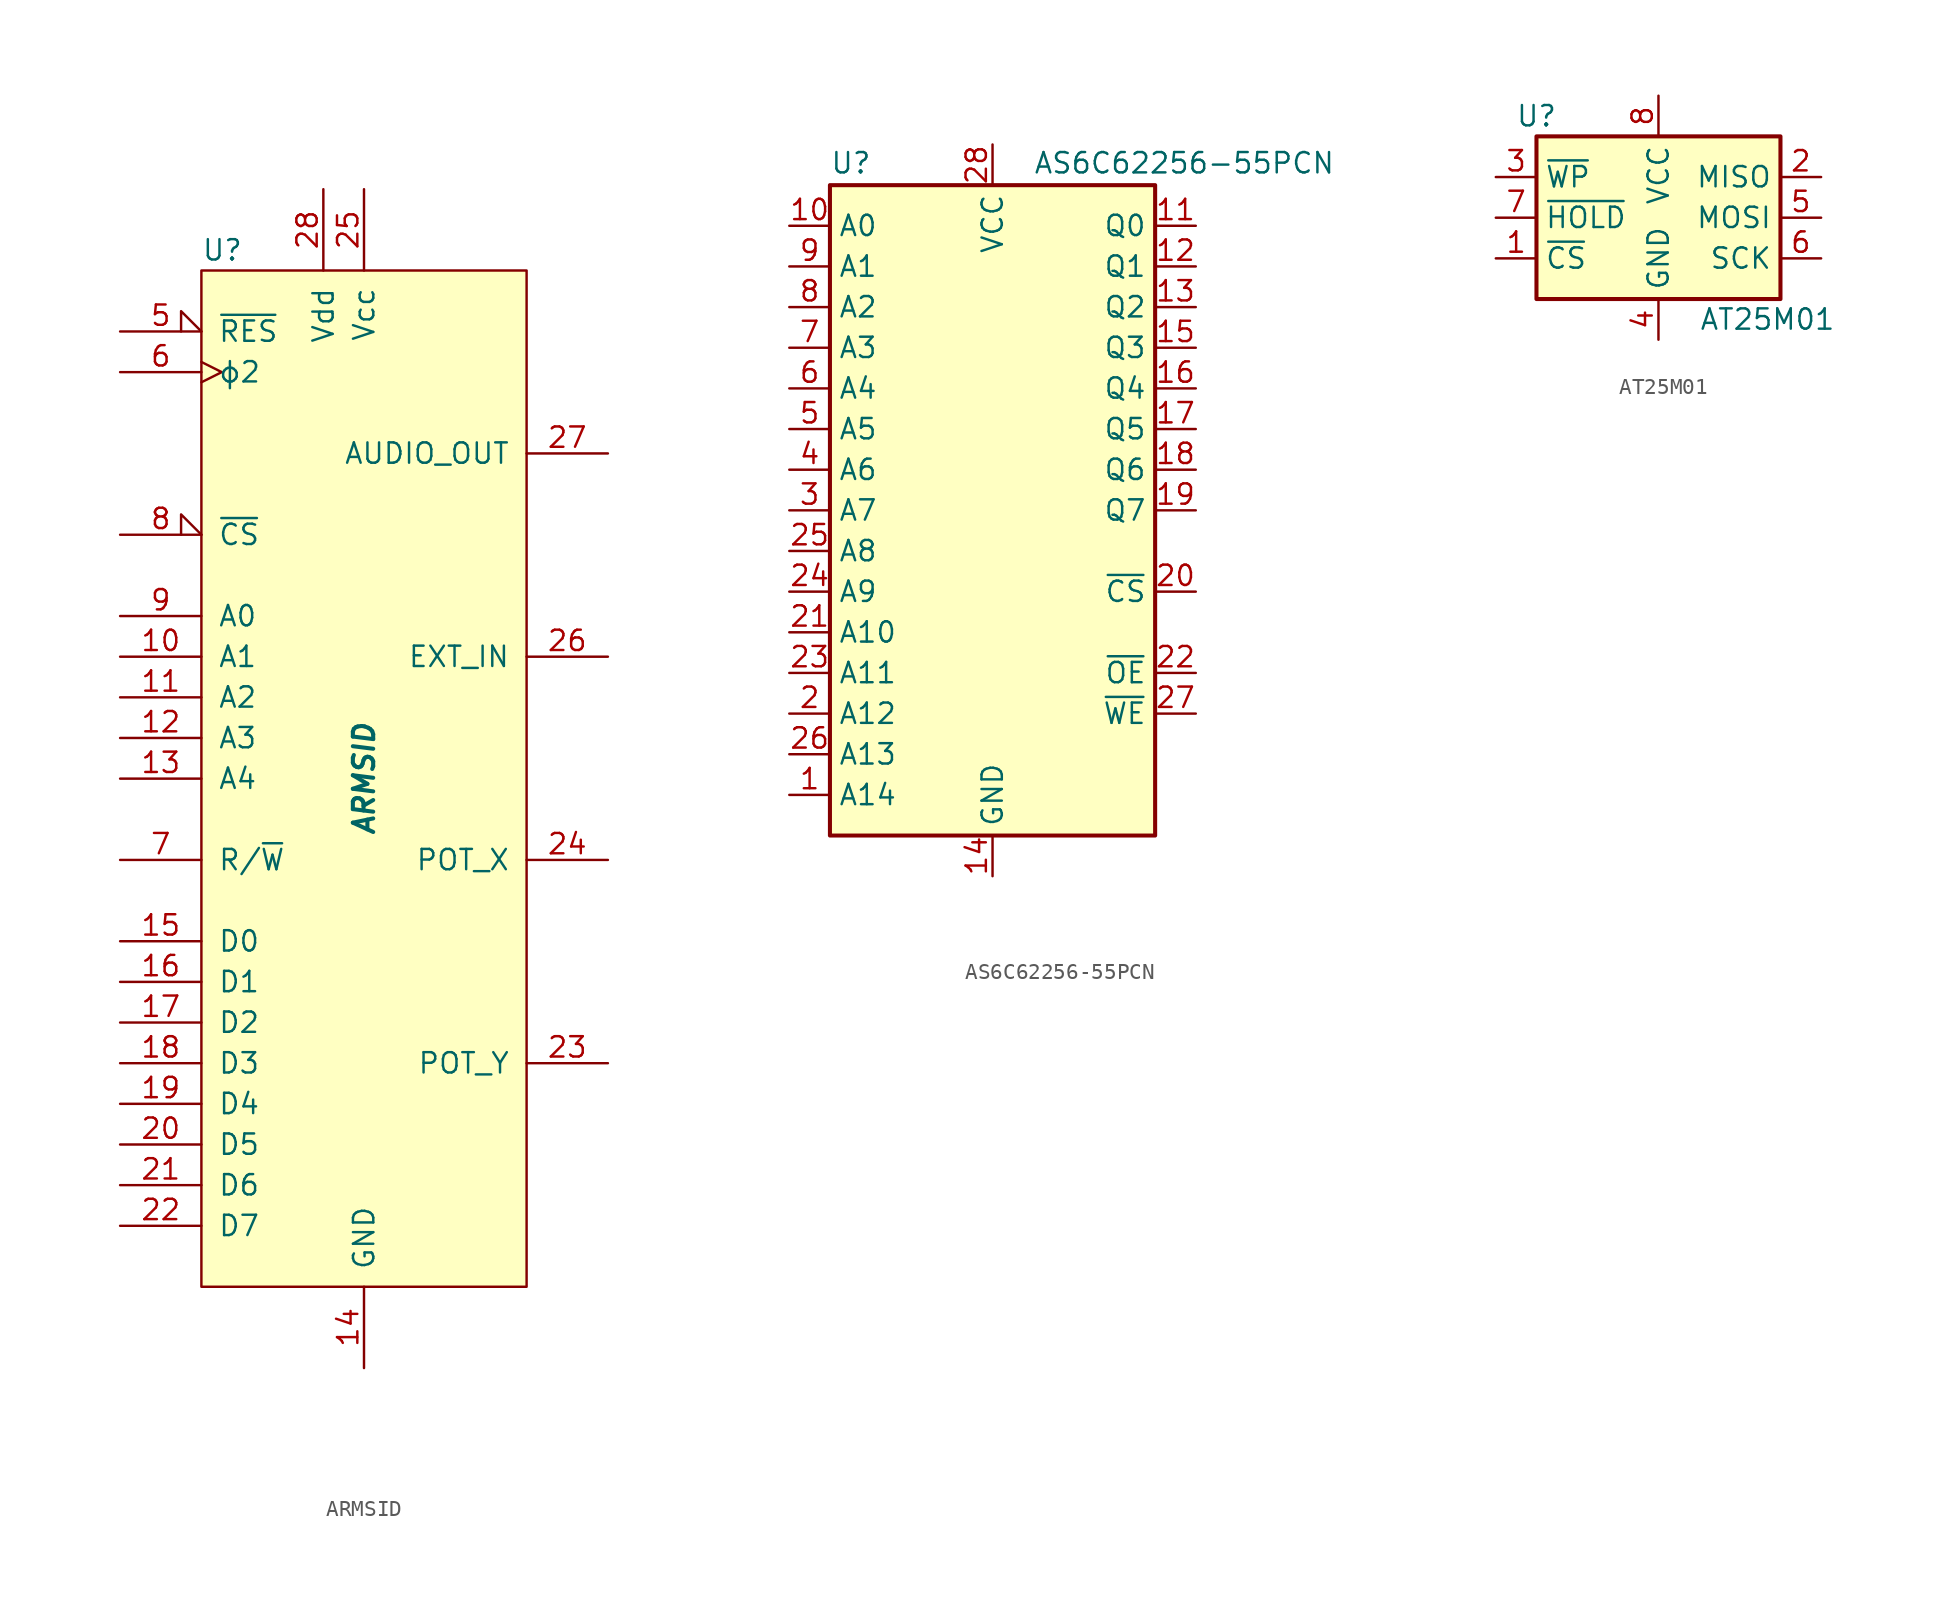
<source format=kicad_sym>
(kicad_symbol_lib
  (version 20220914)
  (generator kicad_symbol_editor)
  (symbol "ARMSID"
    (pin_names
      (offset 1.016))
    (property "Reference" "U"
      (at -10.16 33.02 0)
      (effects (font (size 1.27 1.27)) (justify left)))
    (property "Value" "ARMSID"
      (at 0 0 90)
      (effects (font (size 1.27 1.27) bold italic)))
    (symbol "ARMSID_0_1"
      (rectangle (start -10.16 31.75) (end 10.16 -31.75) (stroke (width 0) (type solid)) (fill (type background))))
    (symbol "ARMSID_1_1"
      (pin input line (at -15.24 7.62 0) (length 5.08) (name "A1" (effects (font (size 1.27 1.27)))) (number "10" (effects (font (size 1.27 1.27)))))
      (pin input line (at -15.24 5.08 0) (length 5.08) (name "A2" (effects (font (size 1.27 1.27)))) (number "11" (effects (font (size 1.27 1.27)))))
      (pin input line (at -15.24 2.54 0) (length 5.08) (name "A3" (effects (font (size 1.27 1.27)))) (number "12" (effects (font (size 1.27 1.27)))))
      (pin input line (at -15.24 0 0) (length 5.08) (name "A4" (effects (font (size 1.27 1.27)))) (number "13" (effects (font (size 1.27 1.27)))))
      (pin power_in line (at 0 -36.83 90) (length 5.08) (name "GND" (effects (font (size 1.27 1.27)))) (number "14" (effects (font (size 1.27 1.27)))))
      (pin bidirectional line (at -15.24 -10.16 0) (length 5.08) (name "D0" (effects (font (size 1.27 1.27)))) (number "15" (effects (font (size 1.27 1.27)))))
      (pin bidirectional line (at -15.24 -12.7 0) (length 5.08) (name "D1" (effects (font (size 1.27 1.27)))) (number "16" (effects (font (size 1.27 1.27)))))
      (pin bidirectional line (at -15.24 -15.24 0) (length 5.08) (name "D2" (effects (font (size 1.27 1.27)))) (number "17" (effects (font (size 1.27 1.27)))))
      (pin bidirectional line (at -15.24 -17.78 0) (length 5.08) (name "D3" (effects (font (size 1.27 1.27)))) (number "18" (effects (font (size 1.27 1.27)))))
      (pin bidirectional line (at -15.24 -20.32 0) (length 5.08) (name "D4" (effects (font (size 1.27 1.27)))) (number "19" (effects (font (size 1.27 1.27)))))
      (pin bidirectional line (at -15.24 -22.86 0) (length 5.08) (name "D5" (effects (font (size 1.27 1.27)))) (number "20" (effects (font (size 1.27 1.27)))))
      (pin bidirectional line (at -15.24 -25.4 0) (length 5.08) (name "D6" (effects (font (size 1.27 1.27)))) (number "21" (effects (font (size 1.27 1.27)))))
      (pin bidirectional line (at -15.24 -27.94 0) (length 5.08) (name "D7" (effects (font (size 1.27 1.27)))) (number "22" (effects (font (size 1.27 1.27)))))
      (pin input line (at 15.24 -17.78 180) (length 5.08) (name "POT_Y" (effects (font (size 1.27 1.27)))) (number "23" (effects (font (size 1.27 1.27)))))
      (pin input line (at 15.24 -5.08 180) (length 5.08) (name "POT_X" (effects (font (size 1.27 1.27)))) (number "24" (effects (font (size 1.27 1.27)))))
      (pin power_in line (at 0 36.83 270) (length 5.08) (name "Vcc" (effects (font (size 1.27 1.27)))) (number "25" (effects (font (size 1.27 1.27)))))
      (pin input line (at 15.24 7.62 180) (length 5.08) (name "EXT_IN" (effects (font (size 1.27 1.27)))) (number "26" (effects (font (size 1.27 1.27)))))
      (pin output line (at 15.24 20.32 180) (length 5.08) (name "AUDIO_OUT" (effects (font (size 1.27 1.27)))) (number "27" (effects (font (size 1.27 1.27)))))
      (pin power_in line (at -2.54 36.83 270) (length 5.08) (name "Vdd" (effects (font (size 1.27 1.27)))) (number "28" (effects (font (size 1.27 1.27)))))
      (pin input input_low (at -15.24 27.94 0) (length 5.08) (name "~{RES}" (effects (font (size 1.27 1.27)))) (number "5" (effects (font (size 1.27 1.27)))))
      (pin input clock (at -15.24 25.4 0) (length 5.08) (name "ϕ2" (effects (font (size 1.27 1.27)))) (number "6" (effects (font (size 1.27 1.27)))))
      (pin input line (at -15.24 -5.08 0) (length 5.08) (name "R/~{W}" (effects (font (size 1.27 1.27)))) (number "7" (effects (font (size 1.27 1.27)))))
      (pin input input_low (at -15.24 15.24 0) (length 5.08) (name "~{CS}" (effects (font (size 1.27 1.27)))) (number "8" (effects (font (size 1.27 1.27)))))
      (pin input line (at -15.24 10.16 0) (length 5.08) (name "A0" (effects (font (size 1.27 1.27)))) (number "9" (effects (font (size 1.27 1.27)))))))
  (symbol "AS6C62256-55PCN"
    (property "Reference" "U"
      (at -10.16 20.955 0)
      (effects (font (size 1.27 1.27)) (justify left bottom)))
    (property "Value" "AS6C62256-55PCN"
      (at 2.54 20.955 0)
      (effects (font (size 1.27 1.27)) (justify left bottom)))
    (symbol "AS6C62256-55PCN_0_0"
      (pin power_in line (at 0 -22.86 90) (length 2.54) (name "GND" (effects (font (size 1.27 1.27)))) (number "14" (effects (font (size 1.27 1.27)))))
      (pin power_in line (at 0 22.86 270) (length 2.54) (name "VCC" (effects (font (size 1.27 1.27)))) (number "28" (effects (font (size 1.27 1.27))))))
    (symbol "AS6C62256-55PCN_0_1"
      (rectangle (start -10.16 20.32) (end 10.16 -20.32) (stroke (width 0.254) (type solid)) (fill (type background))))
    (symbol "AS6C62256-55PCN_1_1"
      (pin input line (at -12.7 -17.78 0) (length 2.54) (name "A14" (effects (font (size 1.27 1.27)))) (number "1" (effects (font (size 1.27 1.27)))))
      (pin input line (at -12.7 17.78 0) (length 2.54) (name "A0" (effects (font (size 1.27 1.27)))) (number "10" (effects (font (size 1.27 1.27)))))
      (pin tri_state line (at 12.7 17.78 180) (length 2.54) (name "Q0" (effects (font (size 1.27 1.27)))) (number "11" (effects (font (size 1.27 1.27)))))
      (pin tri_state line (at 12.7 15.24 180) (length 2.54) (name "Q1" (effects (font (size 1.27 1.27)))) (number "12" (effects (font (size 1.27 1.27)))))
      (pin tri_state line (at 12.7 12.7 180) (length 2.54) (name "Q2" (effects (font (size 1.27 1.27)))) (number "13" (effects (font (size 1.27 1.27)))))
      (pin tri_state line (at 12.7 10.16 180) (length 2.54) (name "Q3" (effects (font (size 1.27 1.27)))) (number "15" (effects (font (size 1.27 1.27)))))
      (pin tri_state line (at 12.7 7.62 180) (length 2.54) (name "Q4" (effects (font (size 1.27 1.27)))) (number "16" (effects (font (size 1.27 1.27)))))
      (pin tri_state line (at 12.7 5.08 180) (length 2.54) (name "Q5" (effects (font (size 1.27 1.27)))) (number "17" (effects (font (size 1.27 1.27)))))
      (pin tri_state line (at 12.7 2.54 180) (length 2.54) (name "Q6" (effects (font (size 1.27 1.27)))) (number "18" (effects (font (size 1.27 1.27)))))
      (pin tri_state line (at 12.7 0 180) (length 2.54) (name "Q7" (effects (font (size 1.27 1.27)))) (number "19" (effects (font (size 1.27 1.27)))))
      (pin input line (at -12.7 -12.7 0) (length 2.54) (name "A12" (effects (font (size 1.27 1.27)))) (number "2" (effects (font (size 1.27 1.27)))))
      (pin input line (at 12.7 -5.08 180) (length 2.54) (name "~{CS}" (effects (font (size 1.27 1.27)))) (number "20" (effects (font (size 1.27 1.27)))))
      (pin input line (at -12.7 -7.62 0) (length 2.54) (name "A10" (effects (font (size 1.27 1.27)))) (number "21" (effects (font (size 1.27 1.27)))))
      (pin input line (at 12.7 -10.16 180) (length 2.54) (name "~{OE}" (effects (font (size 1.27 1.27)))) (number "22" (effects (font (size 1.27 1.27)))))
      (pin input line (at -12.7 -10.16 0) (length 2.54) (name "A11" (effects (font (size 1.27 1.27)))) (number "23" (effects (font (size 1.27 1.27)))))
      (pin input line (at -12.7 -5.08 0) (length 2.54) (name "A9" (effects (font (size 1.27 1.27)))) (number "24" (effects (font (size 1.27 1.27)))))
      (pin input line (at -12.7 -2.54 0) (length 2.54) (name "A8" (effects (font (size 1.27 1.27)))) (number "25" (effects (font (size 1.27 1.27)))))
      (pin input line (at -12.7 -15.24 0) (length 2.54) (name "A13" (effects (font (size 1.27 1.27)))) (number "26" (effects (font (size 1.27 1.27)))))
      (pin input line (at 12.7 -12.7 180) (length 2.54) (name "~{WE}" (effects (font (size 1.27 1.27)))) (number "27" (effects (font (size 1.27 1.27)))))
      (pin input line (at -12.7 0 0) (length 2.54) (name "A7" (effects (font (size 1.27 1.27)))) (number "3" (effects (font (size 1.27 1.27)))))
      (pin input line (at -12.7 2.54 0) (length 2.54) (name "A6" (effects (font (size 1.27 1.27)))) (number "4" (effects (font (size 1.27 1.27)))))
      (pin input line (at -12.7 5.08 0) (length 2.54) (name "A5" (effects (font (size 1.27 1.27)))) (number "5" (effects (font (size 1.27 1.27)))))
      (pin input line (at -12.7 7.62 0) (length 2.54) (name "A4" (effects (font (size 1.27 1.27)))) (number "6" (effects (font (size 1.27 1.27)))))
      (pin input line (at -12.7 10.16 0) (length 2.54) (name "A3" (effects (font (size 1.27 1.27)))) (number "7" (effects (font (size 1.27 1.27)))))
      (pin input line (at -12.7 12.7 0) (length 2.54) (name "A2" (effects (font (size 1.27 1.27)))) (number "8" (effects (font (size 1.27 1.27)))))
      (pin input line (at -12.7 15.24 0) (length 2.54) (name "A1" (effects (font (size 1.27 1.27)))) (number "9" (effects (font (size 1.27 1.27)))))))
  (symbol "AT25M01"
    (property "Reference" "U"
      (at -7.62 6.35 0)
      (effects (font (size 1.27 1.27))))
    (property "Value" "AT25M01"
      (at 2.54 -6.35 0)
      (effects (font (size 1.27 1.27)) (justify left)))
    (symbol "AT25M01_1_1"
      (rectangle (start -7.62 5.08) (end 7.62 -5.08) (stroke (width 0.254) (type solid)) (fill (type background)))
      (pin input line (at -10.16 -2.54 0) (length 2.54) (name "~{CS}" (effects (font (size 1.27 1.27)))) (number "1" (effects (font (size 1.27 1.27)))))
      (pin tri_state line (at 10.16 2.54 180) (length 2.54) (name "MISO" (effects (font (size 1.27 1.27)))) (number "2" (effects (font (size 1.27 1.27)))))
      (pin input line (at -10.16 2.54 0) (length 2.54) (name "~{WP}" (effects (font (size 1.27 1.27)))) (number "3" (effects (font (size 1.27 1.27)))))
      (pin power_in line (at 0 -7.62 90) (length 2.54) (name "GND" (effects (font (size 1.27 1.27)))) (number "4" (effects (font (size 1.27 1.27)))))
      (pin input line (at 10.16 0 180) (length 2.54) (name "MOSI" (effects (font (size 1.27 1.27)))) (number "5" (effects (font (size 1.27 1.27)))))
      (pin input line (at 10.16 -2.54 180) (length 2.54) (name "SCK" (effects (font (size 1.27 1.27)))) (number "6" (effects (font (size 1.27 1.27)))))
      (pin input line (at -10.16 0 0) (length 2.54) (name "~{HOLD}" (effects (font (size 1.27 1.27)))) (number "7" (effects (font (size 1.27 1.27)))))
      (pin power_in line (at 0 7.62 270) (length 2.54) (name "VCC" (effects (font (size 1.27 1.27)))) (number "8" (effects (font (size 1.27 1.27))))))))
</source>
